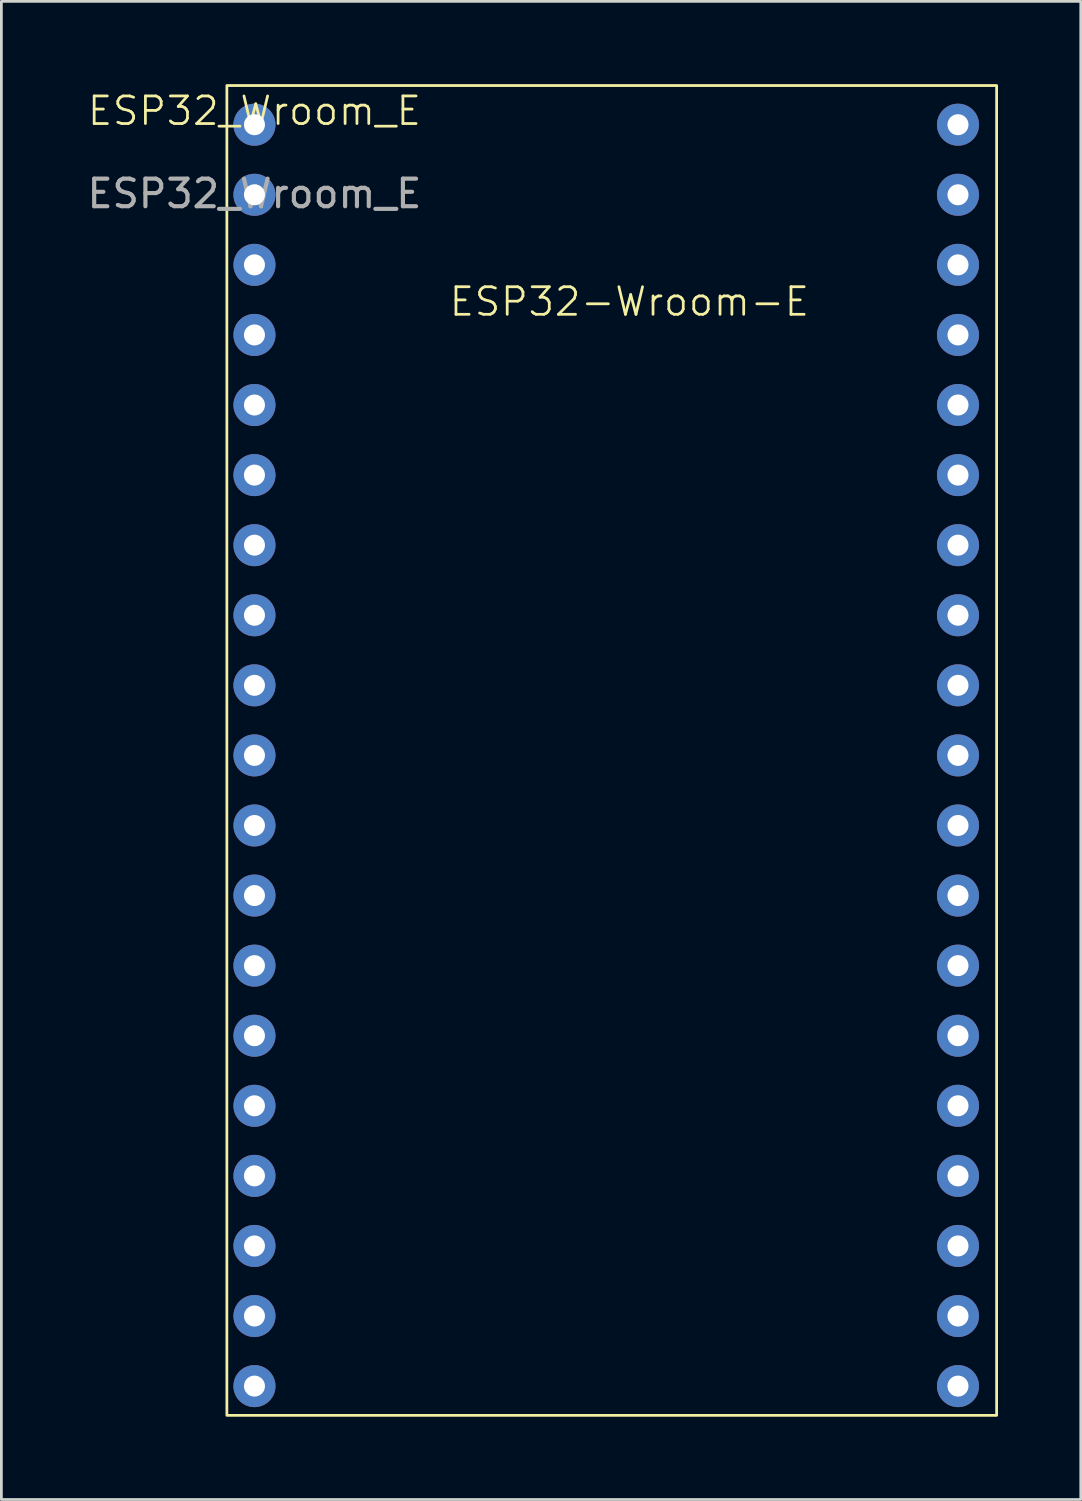
<source format=kicad_pcb>
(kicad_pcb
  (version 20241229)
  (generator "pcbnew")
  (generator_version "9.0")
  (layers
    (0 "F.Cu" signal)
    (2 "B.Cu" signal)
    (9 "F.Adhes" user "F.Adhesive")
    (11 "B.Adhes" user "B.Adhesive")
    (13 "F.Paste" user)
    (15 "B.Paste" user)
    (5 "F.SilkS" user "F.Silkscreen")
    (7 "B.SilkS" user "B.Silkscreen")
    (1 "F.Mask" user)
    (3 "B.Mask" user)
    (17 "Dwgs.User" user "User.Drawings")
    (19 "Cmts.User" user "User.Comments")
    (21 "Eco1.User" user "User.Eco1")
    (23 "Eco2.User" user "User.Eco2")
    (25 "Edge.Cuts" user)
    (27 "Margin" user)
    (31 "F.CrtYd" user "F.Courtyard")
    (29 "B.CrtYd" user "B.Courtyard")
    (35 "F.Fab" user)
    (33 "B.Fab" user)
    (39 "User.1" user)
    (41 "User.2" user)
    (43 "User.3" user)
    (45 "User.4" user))
  (footprint "ESP32_Wroom_E"
    (layer "F.Cu")
    (at 6.173 1.47)
    (property "Reference" "ESP32_Wroom_E" (at 0 -0.5 0) (unlocked yes) (layer "F.SilkS") (effects (font (size 1 1) (thickness 0.1))))
    (attr through_hole)
    (fp_rect (start -1 -1.42) (end 26.9 46.78) (stroke (width 0.1) (type default)) (fill no) (layer "F.SilkS"))
    (fp_text user "ESP32-Wroom-E" (at 7 7 0) (unlocked yes) (layer "F.SilkS") (effects (font (size 1 1) (thickness 0.1)) (justify left bottom)))
    (fp_text user "${REFERENCE}" (at 0 2.5 0) (unlocked yes) (layer "F.Fab") (effects (font (size 1 1) (thickness 0.15))))
    (pad "1" thru_hole circle (at 0 0) (size 1.524 1.524) (drill 0.762) (layers "*.Cu" "*.Mask"))
    (pad "2" thru_hole circle (at 0 2.54) (size 1.524 1.524) (drill 0.762) (layers "*.Cu" "*.Mask"))
    (pad "3" thru_hole circle (at 0 5.08) (size 1.524 1.524) (drill 0.762) (layers "*.Cu" "*.Mask"))
    (pad "4" thru_hole circle (at 0 7.62) (size 1.524 1.524) (drill 0.762) (layers "*.Cu" "*.Mask"))
    (pad "5" thru_hole circle (at 0 10.16) (size 1.524 1.524) (drill 0.762) (layers "*.Cu" "*.Mask"))
    (pad "6" thru_hole circle (at 0 12.7) (size 1.524 1.524) (drill 0.762) (layers "*.Cu" "*.Mask"))
    (pad "7" thru_hole circle (at 0 15.24) (size 1.524 1.524) (drill 0.762) (layers "*.Cu" "*.Mask"))
    (pad "8" thru_hole circle (at 0 17.78) (size 1.524 1.524) (drill 0.762) (layers "*.Cu" "*.Mask"))
    (pad "9" thru_hole circle (at 0 20.32) (size 1.524 1.524) (drill 0.762) (layers "*.Cu" "*.Mask"))
    (pad "10" thru_hole circle (at 0 22.86) (size 1.524 1.524) (drill 0.762) (layers "*.Cu" "*.Mask"))
    (pad "11" thru_hole circle (at 0 25.4) (size 1.524 1.524) (drill 0.762) (layers "*.Cu" "*.Mask"))
    (pad "12" thru_hole circle (at 0 27.94) (size 1.524 1.524) (drill 0.762) (layers "*.Cu" "*.Mask"))
    (pad "13" thru_hole circle (at 0 30.48) (size 1.524 1.524) (drill 0.762) (layers "*.Cu" "*.Mask"))
    (pad "14" thru_hole circle (at 0 33.02) (size 1.524 1.524) (drill 0.762) (layers "*.Cu" "*.Mask"))
    (pad "15" thru_hole circle (at 0 35.56) (size 1.524 1.524) (drill 0.762) (layers "*.Cu" "*.Mask"))
    (pad "16" thru_hole circle (at 0 38.1) (size 1.524 1.524) (drill 0.762) (layers "*.Cu" "*.Mask"))
    (pad "17" thru_hole circle (at 0 40.64) (size 1.524 1.524) (drill 0.762) (layers "*.Cu" "*.Mask"))
    (pad "18" thru_hole circle (at 0 43.18) (size 1.524 1.524) (drill 0.762) (layers "*.Cu" "*.Mask"))
    (pad "19" thru_hole circle (at 0 45.72) (size 1.524 1.524) (drill 0.762) (layers "*.Cu" "*.Mask"))
    (pad "20" thru_hole circle (at 25.5 0) (size 1.524 1.524) (drill 0.762) (layers "*.Cu" "*.Mask"))
    (pad "21" thru_hole circle (at 25.5 2.54) (size 1.524 1.524) (drill 0.762) (layers "*.Cu" "*.Mask"))
    (pad "22" thru_hole circle (at 25.5 5.08) (size 1.524 1.524) (drill 0.762) (layers "*.Cu" "*.Mask"))
    (pad "23" thru_hole circle (at 25.5 7.62) (size 1.524 1.524) (drill 0.762) (layers "*.Cu" "*.Mask"))
    (pad "24" thru_hole circle (at 25.5 10.16) (size 1.524 1.524) (drill 0.762) (layers "*.Cu" "*.Mask"))
    (pad "25" thru_hole circle (at 25.5 12.7) (size 1.524 1.524) (drill 0.762) (layers "*.Cu" "*.Mask"))
    (pad "26" thru_hole circle (at 25.5 15.24) (size 1.524 1.524) (drill 0.762) (layers "*.Cu" "*.Mask"))
    (pad "27" thru_hole circle (at 25.5 17.78) (size 1.524 1.524) (drill 0.762) (layers "*.Cu" "*.Mask"))
    (pad "28" thru_hole circle (at 25.5 20.32) (size 1.524 1.524) (drill 0.762) (layers "*.Cu" "*.Mask"))
    (pad "29" thru_hole circle (at 25.5 22.86) (size 1.524 1.524) (drill 0.762) (layers "*.Cu" "*.Mask"))
    (pad "30" thru_hole circle (at 25.5 25.4) (size 1.524 1.524) (drill 0.762) (layers "*.Cu" "*.Mask"))
    (pad "31" thru_hole circle (at 25.5 27.94) (size 1.524 1.524) (drill 0.762) (layers "*.Cu" "*.Mask"))
    (pad "32" thru_hole circle (at 25.5 30.48) (size 1.524 1.524) (drill 0.762) (layers "*.Cu" "*.Mask"))
    (pad "33" thru_hole circle (at 25.5 33.02) (size 1.524 1.524) (drill 0.762) (layers "*.Cu" "*.Mask"))
    (pad "34" thru_hole circle (at 25.5 35.56) (size 1.524 1.524) (drill 0.762) (layers "*.Cu" "*.Mask"))
    (pad "35" thru_hole circle (at 25.5 38.1) (size 1.524 1.524) (drill 0.762) (layers "*.Cu" "*.Mask"))
    (pad "36" thru_hole circle (at 25.5 40.64) (size 1.524 1.524) (drill 0.762) (layers "*.Cu" "*.Mask"))
    (pad "37" thru_hole circle (at 25.5 43.18) (size 1.524 1.524) (drill 0.762) (layers "*.Cu" "*.Mask"))
    (pad "38" thru_hole circle (at 25.5 45.72) (size 1.524 1.524) (drill 0.762) (layers "*.Cu" "*.Mask")))
  (gr_rect
    (start -3 -3)
    (end 36.123 51.3)
    (stroke (width 0.1) (type default))
    (fill no)
    (layer "Edge.Cuts")))
</source>
